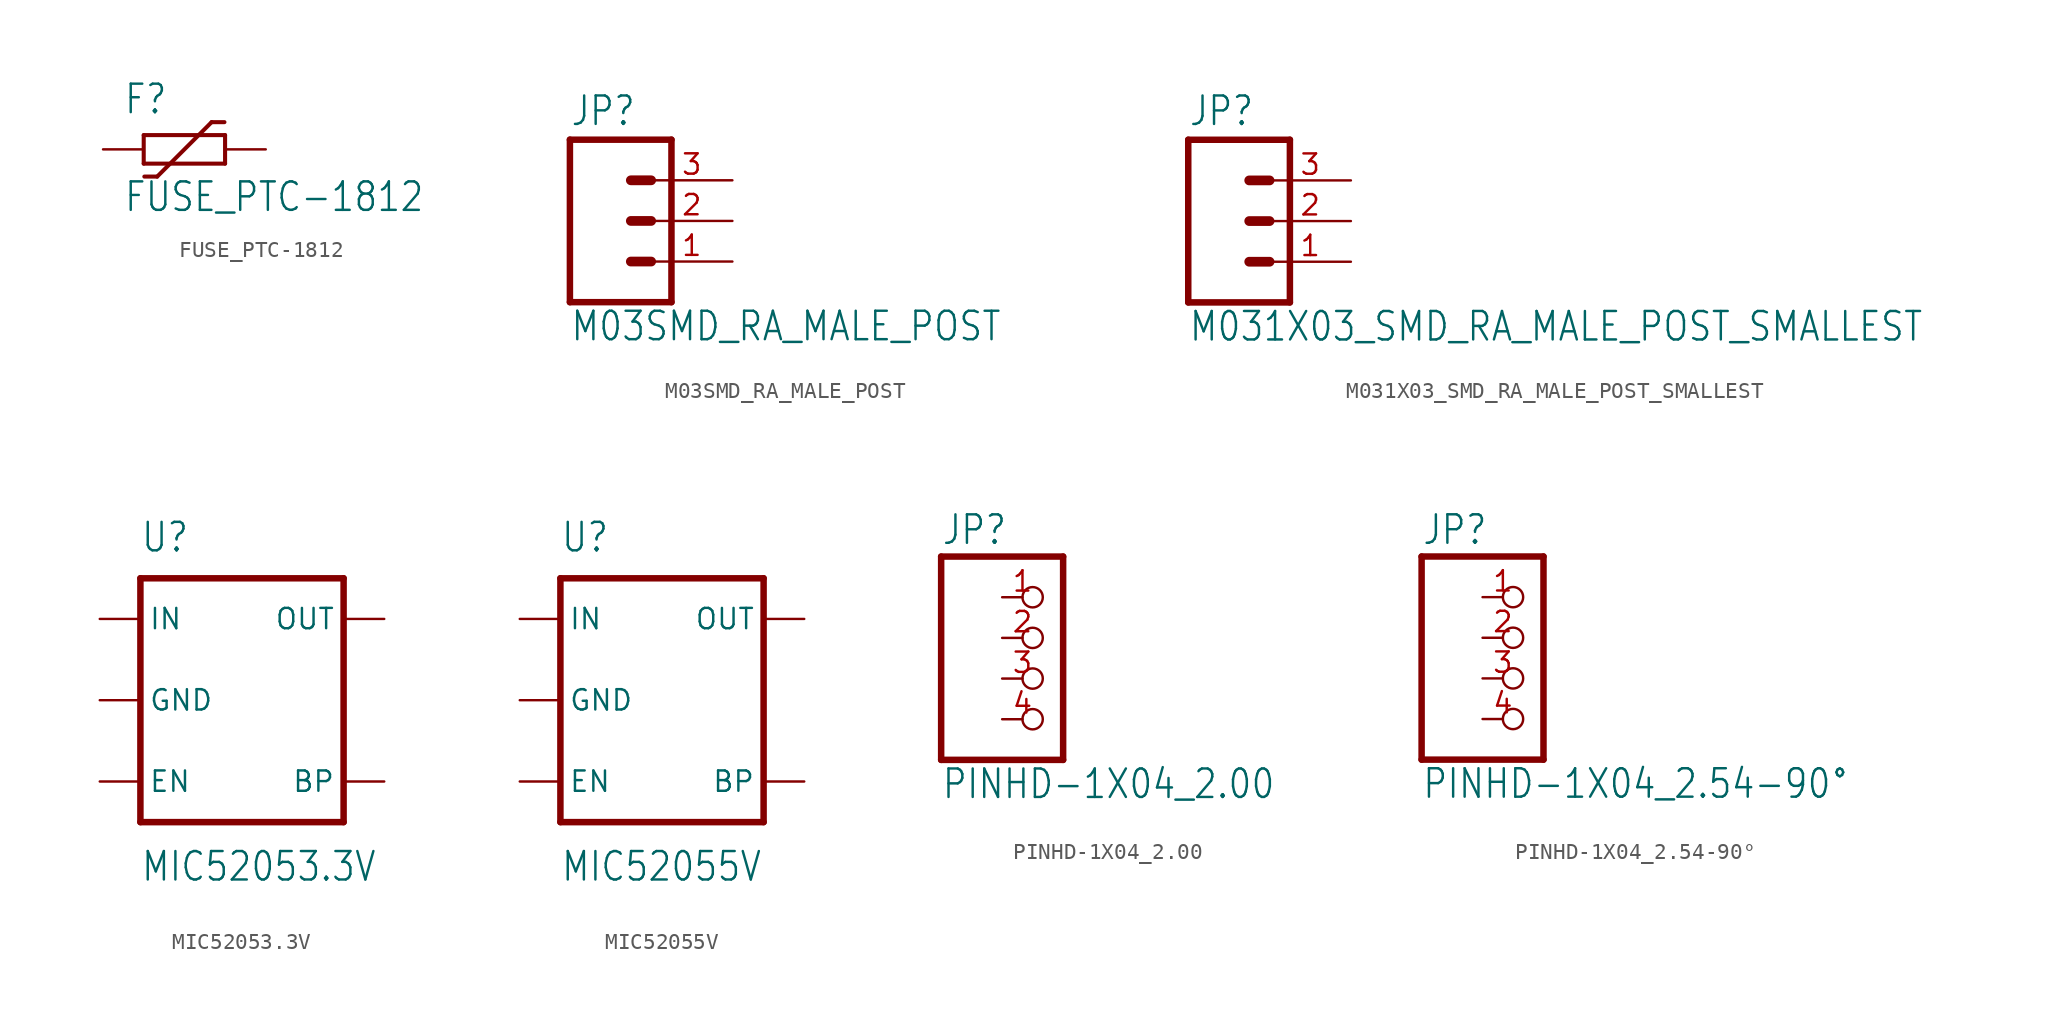
<source format=kicad_sym>
(kicad_symbol_lib
  (version 20211014)
  (generator kicad_symbol_editor)
  (symbol "FUSE_PTC-1812"
    (property "Reference" "F"
      (at -3.81 2.099 0)
      (effects (font (size 1.778 1.511)) (justify left bottom)))
    (property "Value" "FUSE_PTC-1812"
      (at -3.81 -4.002 0)
      (effects (font (size 1.778 1.511)) (justify left bottom)))
    (property "ki_locked" ""
      (at 0 0 0)
      (effects (font (size 1.27 1.27))))
    (symbol "FUSE_PTC-1812_1_0"
      (polyline (pts (xy -2.54 -0.889) (xy -2.54 0.889)) (stroke (width 0.254) (type default) (color 0 0 0 0)) (fill (type none)))
      (polyline (pts (xy -2.54 -0.889) (xy 2.54 -0.889)) (stroke (width 0.254) (type default) (color 0 0 0 0)) (fill (type none)))
      (polyline (pts (xy -1.7 -1.7) (xy -2.5 -1.7)) (stroke (width 0.254) (type default) (color 0 0 0 0)) (fill (type none)))
      (polyline (pts (xy 1.7 1.7) (xy -1.7 -1.7)) (stroke (width 0.254) (type default) (color 0 0 0 0)) (fill (type none)))
      (polyline (pts (xy 1.7 1.7) (xy 2.5 1.7)) (stroke (width 0.254) (type default) (color 0 0 0 0)) (fill (type none)))
      (polyline (pts (xy 2.54 -0.889) (xy 2.54 0.889)) (stroke (width 0.254) (type default) (color 0 0 0 0)) (fill (type none)))
      (polyline (pts (xy 2.54 0.889) (xy -2.54 0.889)) (stroke (width 0.254) (type default) (color 0 0 0 0)) (fill (type none)))
      (pin passive line (at -5.08 0 0) (length 2.54) (name "1" (effects (font (size 0 0)))) (number "1" (effects (font (size 0 0)))))
      (pin passive line (at 5.08 0 180) (length 2.54) (name "2" (effects (font (size 0 0)))) (number "2" (effects (font (size 0 0)))))))
  (symbol "M03SMD_RA_MALE_POST"
    (property "Reference" "JP"
      (at -2.54 5.842 0)
      (effects (font (size 1.778 1.511)) (justify left bottom)))
    (property "Value" "M03SMD_RA_MALE_POST"
      (at -2.54 -7.62 0)
      (effects (font (size 1.778 1.511)) (justify left bottom)))
    (property "ki_locked" ""
      (at 0 0 0)
      (effects (font (size 1.27 1.27))))
    (symbol "M03SMD_RA_MALE_POST_1_0"
      (polyline (pts (xy -2.54 5.08) (xy -2.54 -5.08)) (stroke (width 0.406) (type default) (color 0 0 0 0)) (fill (type none)))
      (polyline (pts (xy -2.54 5.08) (xy 3.81 5.08)) (stroke (width 0.406) (type default) (color 0 0 0 0)) (fill (type none)))
      (polyline (pts (xy 1.27 -2.54) (xy 2.54 -2.54)) (stroke (width 0.61) (type default) (color 0 0 0 0)) (fill (type none)))
      (polyline (pts (xy 1.27 0) (xy 2.54 0)) (stroke (width 0.61) (type default) (color 0 0 0 0)) (fill (type none)))
      (polyline (pts (xy 1.27 2.54) (xy 2.54 2.54)) (stroke (width 0.61) (type default) (color 0 0 0 0)) (fill (type none)))
      (polyline (pts (xy 3.81 -5.08) (xy -2.54 -5.08)) (stroke (width 0.406) (type default) (color 0 0 0 0)) (fill (type none)))
      (polyline (pts (xy 3.81 -5.08) (xy 3.81 5.08)) (stroke (width 0.406) (type default) (color 0 0 0 0)) (fill (type none)))
      (pin passive line (at 7.62 -2.54 180) (length 5.08) (name "1" (effects (font (size 0 0)))) (number "1" (effects (font (size 1.27 1.27)))))
      (pin passive line (at 7.62 0 180) (length 5.08) (name "2" (effects (font (size 0 0)))) (number "2" (effects (font (size 1.27 1.27)))))
      (pin passive line (at 7.62 2.54 180) (length 5.08) (name "3" (effects (font (size 0 0)))) (number "3" (effects (font (size 1.27 1.27)))))))
  (symbol "M031X03_SMD_RA_MALE_POST_SMALLEST"
    (property "Reference" "JP"
      (at -2.54 5.842 0)
      (effects (font (size 1.778 1.511)) (justify left bottom)))
    (property "Value" "M031X03_SMD_RA_MALE_POST_SMALLEST"
      (at -2.54 -7.62 0)
      (effects (font (size 1.778 1.511)) (justify left bottom)))
    (property "ki_locked" ""
      (at 0 0 0)
      (effects (font (size 1.27 1.27))))
    (symbol "M031X03_SMD_RA_MALE_POST_SMALLEST_1_0"
      (polyline (pts (xy -2.54 5.08) (xy -2.54 -5.08)) (stroke (width 0.406) (type default) (color 0 0 0 0)) (fill (type none)))
      (polyline (pts (xy -2.54 5.08) (xy 3.81 5.08)) (stroke (width 0.406) (type default) (color 0 0 0 0)) (fill (type none)))
      (polyline (pts (xy 1.27 -2.54) (xy 2.54 -2.54)) (stroke (width 0.61) (type default) (color 0 0 0 0)) (fill (type none)))
      (polyline (pts (xy 1.27 0) (xy 2.54 0)) (stroke (width 0.61) (type default) (color 0 0 0 0)) (fill (type none)))
      (polyline (pts (xy 1.27 2.54) (xy 2.54 2.54)) (stroke (width 0.61) (type default) (color 0 0 0 0)) (fill (type none)))
      (polyline (pts (xy 3.81 -5.08) (xy -2.54 -5.08)) (stroke (width 0.406) (type default) (color 0 0 0 0)) (fill (type none)))
      (polyline (pts (xy 3.81 -5.08) (xy 3.81 5.08)) (stroke (width 0.406) (type default) (color 0 0 0 0)) (fill (type none)))
      (pin passive line (at 7.62 -2.54 180) (length 5.08) (name "1" (effects (font (size 0 0)))) (number "1" (effects (font (size 1.27 1.27)))))
      (pin passive line (at 7.62 0 180) (length 5.08) (name "2" (effects (font (size 0 0)))) (number "2" (effects (font (size 1.27 1.27)))))
      (pin passive line (at 7.62 2.54 180) (length 5.08) (name "3" (effects (font (size 0 0)))) (number "3" (effects (font (size 1.27 1.27)))))))
  (symbol "MIC52053.3V"
    (property "Reference" "U"
      (at -7.62 9.144 0)
      (effects (font (size 1.778 1.511)) (justify left bottom)))
    (property "Value" "MIC52053.3V"
      (at -7.62 -11.43 0)
      (effects (font (size 1.778 1.511)) (justify left bottom)))
    (property "ki_locked" ""
      (at 0 0 0)
      (effects (font (size 1.27 1.27))))
    (symbol "MIC52053.3V_1_0"
      (polyline (pts (xy -7.62 -7.62) (xy 5.08 -7.62)) (stroke (width 0.406) (type default) (color 0 0 0 0)) (fill (type none)))
      (polyline (pts (xy -7.62 7.62) (xy -7.62 -7.62)) (stroke (width 0.406) (type default) (color 0 0 0 0)) (fill (type none)))
      (polyline (pts (xy 5.08 -7.62) (xy 5.08 7.62)) (stroke (width 0.406) (type default) (color 0 0 0 0)) (fill (type none)))
      (polyline (pts (xy 5.08 7.62) (xy -7.62 7.62)) (stroke (width 0.406) (type default) (color 0 0 0 0)) (fill (type none)))
      (pin input line (at -10.16 5.08 0) (length 2.54) (name "IN" (effects (font (size 1.27 1.27)))) (number "1" (effects (font (size 0 0)))))
      (pin input line (at -10.16 0 0) (length 2.54) (name "GND" (effects (font (size 1.27 1.27)))) (number "2" (effects (font (size 0 0)))))
      (pin input line (at -10.16 -5.08 0) (length 2.54) (name "EN" (effects (font (size 1.27 1.27)))) (number "3" (effects (font (size 0 0)))))
      (pin input line (at 7.62 -5.08 180) (length 2.54) (name "BP" (effects (font (size 1.27 1.27)))) (number "4" (effects (font (size 0 0)))))
      (pin passive line (at 7.62 5.08 180) (length 2.54) (name "OUT" (effects (font (size 1.27 1.27)))) (number "5" (effects (font (size 0 0)))))))
  (symbol "MIC52055V"
    (property "Reference" "U"
      (at -7.62 9.144 0)
      (effects (font (size 1.778 1.511)) (justify left bottom)))
    (property "Value" "MIC52055V"
      (at -7.62 -11.43 0)
      (effects (font (size 1.778 1.511)) (justify left bottom)))
    (property "ki_locked" ""
      (at 0 0 0)
      (effects (font (size 1.27 1.27))))
    (symbol "MIC52055V_1_0"
      (polyline (pts (xy -7.62 -7.62) (xy 5.08 -7.62)) (stroke (width 0.406) (type default) (color 0 0 0 0)) (fill (type none)))
      (polyline (pts (xy -7.62 7.62) (xy -7.62 -7.62)) (stroke (width 0.406) (type default) (color 0 0 0 0)) (fill (type none)))
      (polyline (pts (xy 5.08 -7.62) (xy 5.08 7.62)) (stroke (width 0.406) (type default) (color 0 0 0 0)) (fill (type none)))
      (polyline (pts (xy 5.08 7.62) (xy -7.62 7.62)) (stroke (width 0.406) (type default) (color 0 0 0 0)) (fill (type none)))
      (pin input line (at -10.16 5.08 0) (length 2.54) (name "IN" (effects (font (size 1.27 1.27)))) (number "1" (effects (font (size 0 0)))))
      (pin input line (at -10.16 0 0) (length 2.54) (name "GND" (effects (font (size 1.27 1.27)))) (number "2" (effects (font (size 0 0)))))
      (pin input line (at -10.16 -5.08 0) (length 2.54) (name "EN" (effects (font (size 1.27 1.27)))) (number "3" (effects (font (size 0 0)))))
      (pin input line (at 7.62 -5.08 180) (length 2.54) (name "BP" (effects (font (size 1.27 1.27)))) (number "4" (effects (font (size 0 0)))))
      (pin passive line (at 7.62 5.08 180) (length 2.54) (name "OUT" (effects (font (size 1.27 1.27)))) (number "5" (effects (font (size 0 0)))))))
  (symbol "PINHD-1X04_2.00"
    (property "Reference" "JP"
      (at -6.35 8.255 0)
      (effects (font (size 1.778 1.511)) (justify left bottom)))
    (property "Value" "PINHD-1X04_2.00"
      (at -6.35 -7.62 0)
      (effects (font (size 1.778 1.511)) (justify left bottom)))
    (property "ki_locked" ""
      (at 0 0 0)
      (effects (font (size 1.27 1.27))))
    (symbol "PINHD-1X04_2.00_1_0"
      (polyline (pts (xy -6.35 -5.08) (xy 1.27 -5.08)) (stroke (width 0.406) (type default) (color 0 0 0 0)) (fill (type none)))
      (polyline (pts (xy -6.35 7.62) (xy -6.35 -5.08)) (stroke (width 0.406) (type default) (color 0 0 0 0)) (fill (type none)))
      (polyline (pts (xy 1.27 -5.08) (xy 1.27 7.62)) (stroke (width 0.406) (type default) (color 0 0 0 0)) (fill (type none)))
      (polyline (pts (xy 1.27 7.62) (xy -6.35 7.62)) (stroke (width 0.406) (type default) (color 0 0 0 0)) (fill (type none)))
      (pin passive inverted (at -2.54 5.08 0) (length 2.54) (name "1" (effects (font (size 0 0)))) (number "1" (effects (font (size 1.27 1.27)))))
      (pin passive inverted (at -2.54 2.54 0) (length 2.54) (name "2" (effects (font (size 0 0)))) (number "2" (effects (font (size 1.27 1.27)))))
      (pin passive inverted (at -2.54 0 0) (length 2.54) (name "3" (effects (font (size 0 0)))) (number "3" (effects (font (size 1.27 1.27)))))
      (pin passive inverted (at -2.54 -2.54 0) (length 2.54) (name "4" (effects (font (size 0 0)))) (number "4" (effects (font (size 1.27 1.27)))))))
  (symbol "PINHD-1X04_2.54-90°"
    (property "Reference" "JP"
      (at -6.35 8.255 0)
      (effects (font (size 1.778 1.511)) (justify left bottom)))
    (property "Value" "PINHD-1X04_2.54-90°"
      (at -6.35 -7.62 0)
      (effects (font (size 1.778 1.511)) (justify left bottom)))
    (property "ki_locked" ""
      (at 0 0 0)
      (effects (font (size 1.27 1.27))))
    (symbol "PINHD-1X04_2.54-90°_1_0"
      (polyline (pts (xy -6.35 -5.08) (xy 1.27 -5.08)) (stroke (width 0.406) (type default) (color 0 0 0 0)) (fill (type none)))
      (polyline (pts (xy -6.35 7.62) (xy -6.35 -5.08)) (stroke (width 0.406) (type default) (color 0 0 0 0)) (fill (type none)))
      (polyline (pts (xy 1.27 -5.08) (xy 1.27 7.62)) (stroke (width 0.406) (type default) (color 0 0 0 0)) (fill (type none)))
      (polyline (pts (xy 1.27 7.62) (xy -6.35 7.62)) (stroke (width 0.406) (type default) (color 0 0 0 0)) (fill (type none)))
      (pin passive inverted (at -2.54 5.08 0) (length 2.54) (name "1" (effects (font (size 0 0)))) (number "1" (effects (font (size 1.27 1.27)))))
      (pin passive inverted (at -2.54 2.54 0) (length 2.54) (name "2" (effects (font (size 0 0)))) (number "2" (effects (font (size 1.27 1.27)))))
      (pin passive inverted (at -2.54 0 0) (length 2.54) (name "3" (effects (font (size 0 0)))) (number "3" (effects (font (size 1.27 1.27)))))
      (pin passive inverted (at -2.54 -2.54 0) (length 2.54) (name "4" (effects (font (size 0 0)))) (number "4" (effects (font (size 1.27 1.27))))))))
</source>
